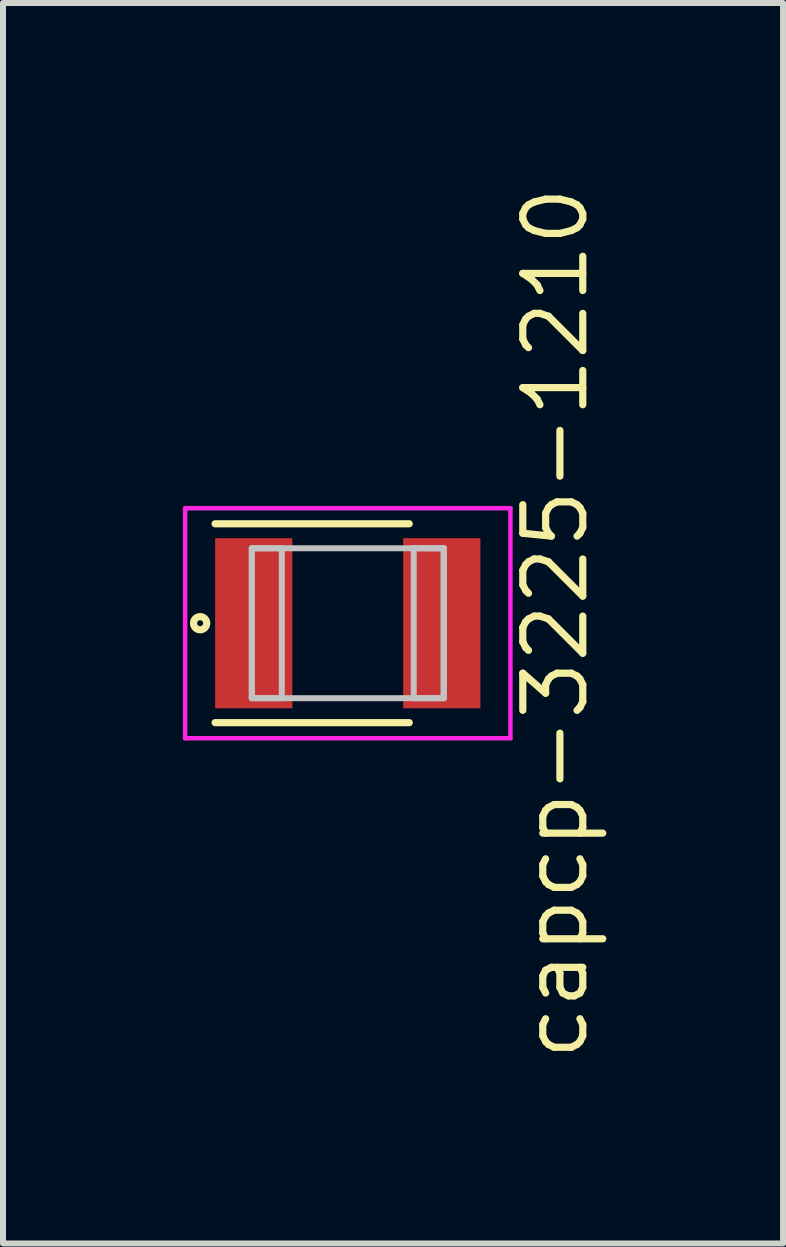
<source format=kicad_pcb>
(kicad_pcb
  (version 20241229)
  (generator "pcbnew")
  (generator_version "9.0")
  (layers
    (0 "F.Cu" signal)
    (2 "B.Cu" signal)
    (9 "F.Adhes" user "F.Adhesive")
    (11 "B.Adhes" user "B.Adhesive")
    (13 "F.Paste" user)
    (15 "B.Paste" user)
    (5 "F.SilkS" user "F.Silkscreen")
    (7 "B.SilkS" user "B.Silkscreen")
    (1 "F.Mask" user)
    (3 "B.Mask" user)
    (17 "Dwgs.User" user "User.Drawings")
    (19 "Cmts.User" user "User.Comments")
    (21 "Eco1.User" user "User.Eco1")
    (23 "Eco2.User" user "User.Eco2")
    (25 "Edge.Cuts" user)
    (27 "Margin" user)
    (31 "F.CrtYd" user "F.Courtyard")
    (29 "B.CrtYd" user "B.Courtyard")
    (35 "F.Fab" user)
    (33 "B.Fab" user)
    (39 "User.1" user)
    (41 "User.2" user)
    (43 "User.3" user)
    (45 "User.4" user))
  (footprint "capcp-3225-1210"
    (layer "F.Cu")
    (at 2.749 7.342)
    (property "Reference" "capcp-3225-1210" (at 3.462 0 90) (layer "F.SilkS") (effects (font (size 1 1) (thickness 0.12))))
    (attr through_hole)
    (fp_line (start -2.212 -1.658) (end 1.025 -1.658) (stroke (width 0.12) (type solid)) (layer "F.SilkS"))
    (fp_line (start -2.212 1.658) (end 1.025 1.658) (stroke (width 0.12) (type solid)) (layer "F.SilkS"))
    (fp_circle (center -2.462 0) (end -2.412 0) (stroke (width 0.12) (type solid)) (fill no) (layer "F.SilkS"))
    (fp_line (start -1.6 -1.25) (end -1.6 1.25) (stroke (width 0.1) (type solid)) (layer "Dwgs.User"))
    (fp_line (start -1.6 -1.25) (end -1.6 1.25) (stroke (width 0.1) (type solid)) (layer "Dwgs.User"))
    (fp_line (start -1.6 1.25) (end -1.1 1.25) (stroke (width 0.1) (type solid)) (layer "Dwgs.User"))
    (fp_line (start -1.6 1.25) (end 1.6 1.25) (stroke (width 0.1) (type solid)) (layer "Dwgs.User"))
    (fp_line (start -1.1 -1.25) (end -1.6 -1.25) (stroke (width 0.1) (type solid)) (layer "Dwgs.User"))
    (fp_line (start -1.1 1.25) (end -1.1 -1.25) (stroke (width 0.1) (type solid)) (layer "Dwgs.User"))
    (fp_line (start 1.1 -1.25) (end 1.1 1.25) (stroke (width 0.1) (type solid)) (layer "Dwgs.User"))
    (fp_line (start 1.1 1.25) (end 1.6 1.25) (stroke (width 0.1) (type solid)) (layer "Dwgs.User"))
    (fp_line (start 1.6 -1.25) (end -1.6 -1.25) (stroke (width 0.1) (type solid)) (layer "Dwgs.User"))
    (fp_line (start 1.6 -1.25) (end 1.1 -1.25) (stroke (width 0.1) (type solid)) (layer "Dwgs.User"))
    (fp_line (start 1.6 1.25) (end 1.6 -1.25) (stroke (width 0.1) (type solid)) (layer "Dwgs.User"))
    (fp_line (start 1.6 1.25) (end 1.6 -1.25) (stroke (width 0.1) (type solid)) (layer "Dwgs.User"))
    (fp_line (start -2.712 -1.918) (end -2.712 1.918) (stroke (width 0.075) (type solid)) (layer "F.CrtYd"))
    (fp_line (start -2.712 1.918) (end 2.712 1.918) (stroke (width 0.075) (type solid)) (layer "F.CrtYd"))
    (fp_line (start 2.712 -1.918) (end -2.712 -1.918) (stroke (width 0.075) (type solid)) (layer "F.CrtYd"))
    (fp_line (start 2.712 1.918) (end 2.712 -1.918) (stroke (width 0.075) (type solid)) (layer "F.CrtYd"))
    (pad "1" smd rect (at -1.568 0) (size 1.287 2.837) (layers "F.Cu" "F.Mask" "F.Paste"))
    (pad "2" smd rect (at 1.568 0) (size 1.287 2.837) (layers "F.Cu" "F.Mask" "F.Paste")))
  (gr_rect
    (start -3 -3)
    (end 10.007 17.684)
    (stroke (width 0.1) (type default))
    (fill no)
    (layer "Edge.Cuts")))
</source>
